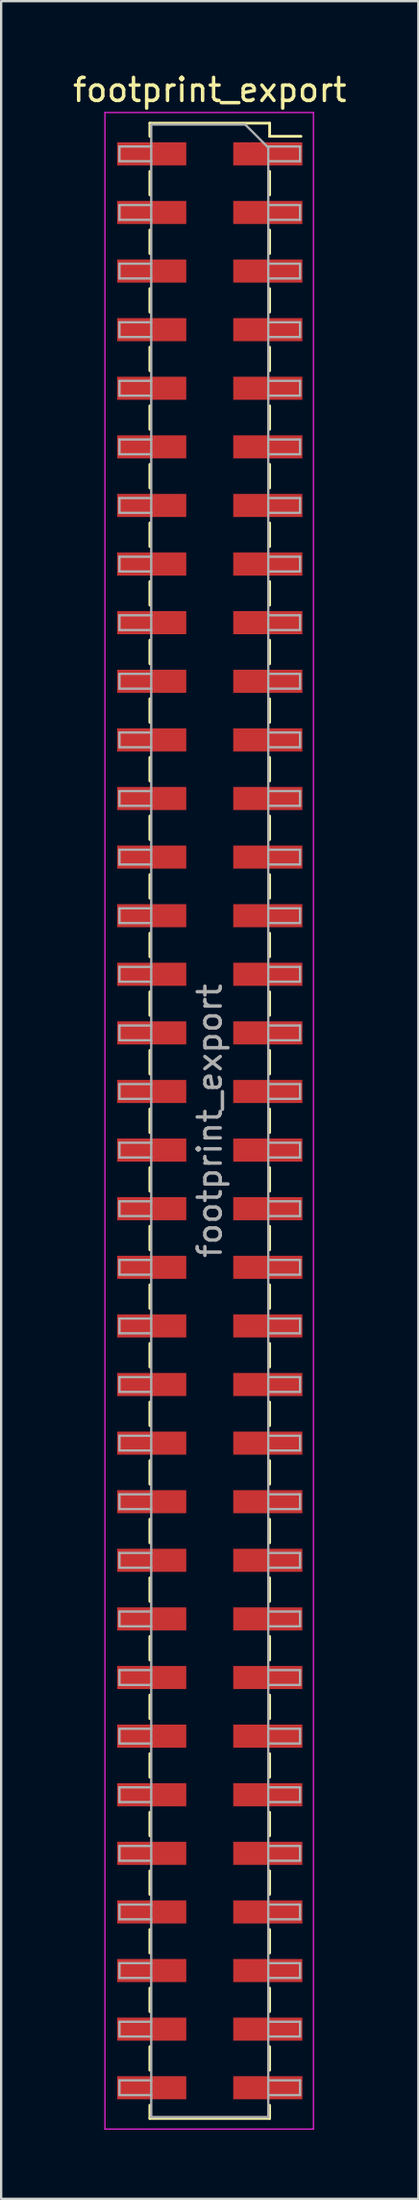
<source format=kicad_pcb>
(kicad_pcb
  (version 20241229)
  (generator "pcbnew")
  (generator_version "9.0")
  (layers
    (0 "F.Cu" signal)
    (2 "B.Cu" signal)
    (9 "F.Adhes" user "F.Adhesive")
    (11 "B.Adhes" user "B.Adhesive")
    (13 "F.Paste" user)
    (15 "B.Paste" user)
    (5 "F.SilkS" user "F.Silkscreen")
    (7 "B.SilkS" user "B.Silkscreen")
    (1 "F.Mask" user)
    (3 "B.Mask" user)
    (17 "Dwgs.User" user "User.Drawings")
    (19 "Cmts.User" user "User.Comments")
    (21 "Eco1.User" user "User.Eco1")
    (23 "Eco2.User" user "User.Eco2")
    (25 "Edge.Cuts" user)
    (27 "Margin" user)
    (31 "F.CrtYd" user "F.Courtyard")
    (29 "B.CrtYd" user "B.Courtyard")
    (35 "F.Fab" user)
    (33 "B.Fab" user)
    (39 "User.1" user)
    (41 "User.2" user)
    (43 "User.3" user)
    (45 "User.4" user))
  (footprint "footprint_export"
    (layer "F.Cu")
    (at 6.054 45.528)
    (property "Reference" "footprint_export" (at 0 -44.68 0) (layer "F.SilkS") (effects (font (size 1 1) (thickness 0.15))))
    (attr smd)
    (fp_line (start -2.6 -43.24) (end -2.6 -42.67) (stroke (width 0.12) (type solid)) (layer "F.SilkS"))
    (fp_line (start -2.6 -43.24) (end 2.6 -43.24) (stroke (width 0.12) (type solid)) (layer "F.SilkS"))
    (fp_line (start -2.6 -41.15) (end -2.6 -40.13) (stroke (width 0.12) (type solid)) (layer "F.SilkS"))
    (fp_line (start -2.6 -38.61) (end -2.6 -37.59) (stroke (width 0.12) (type solid)) (layer "F.SilkS"))
    (fp_line (start -2.6 -36.07) (end -2.6 -35.05) (stroke (width 0.12) (type solid)) (layer "F.SilkS"))
    (fp_line (start -2.6 -33.53) (end -2.6 -32.51) (stroke (width 0.12) (type solid)) (layer "F.SilkS"))
    (fp_line (start -2.6 -30.99) (end -2.6 -29.97) (stroke (width 0.12) (type solid)) (layer "F.SilkS"))
    (fp_line (start -2.6 -28.45) (end -2.6 -27.43) (stroke (width 0.12) (type solid)) (layer "F.SilkS"))
    (fp_line (start -2.6 -25.91) (end -2.6 -24.89) (stroke (width 0.12) (type solid)) (layer "F.SilkS"))
    (fp_line (start -2.6 -23.37) (end -2.6 -22.35) (stroke (width 0.12) (type solid)) (layer "F.SilkS"))
    (fp_line (start -2.6 -20.83) (end -2.6 -19.81) (stroke (width 0.12) (type solid)) (layer "F.SilkS"))
    (fp_line (start -2.6 -18.29) (end -2.6 -17.27) (stroke (width 0.12) (type solid)) (layer "F.SilkS"))
    (fp_line (start -2.6 -15.75) (end -2.6 -14.73) (stroke (width 0.12) (type solid)) (layer "F.SilkS"))
    (fp_line (start -2.6 -13.21) (end -2.6 -12.19) (stroke (width 0.12) (type solid)) (layer "F.SilkS"))
    (fp_line (start -2.6 -10.67) (end -2.6 -9.65) (stroke (width 0.12) (type solid)) (layer "F.SilkS"))
    (fp_line (start -2.6 -8.13) (end -2.6 -7.11) (stroke (width 0.12) (type solid)) (layer "F.SilkS"))
    (fp_line (start -2.6 -5.59) (end -2.6 -4.57) (stroke (width 0.12) (type solid)) (layer "F.SilkS"))
    (fp_line (start -2.6 -3.05) (end -2.6 -2.03) (stroke (width 0.12) (type solid)) (layer "F.SilkS"))
    (fp_line (start -2.6 -0.51) (end -2.6 0.51) (stroke (width 0.12) (type solid)) (layer "F.SilkS"))
    (fp_line (start -2.6 2.03) (end -2.6 3.05) (stroke (width 0.12) (type solid)) (layer "F.SilkS"))
    (fp_line (start -2.6 4.57) (end -2.6 5.59) (stroke (width 0.12) (type solid)) (layer "F.SilkS"))
    (fp_line (start -2.6 7.11) (end -2.6 8.13) (stroke (width 0.12) (type solid)) (layer "F.SilkS"))
    (fp_line (start -2.6 9.65) (end -2.6 10.67) (stroke (width 0.12) (type solid)) (layer "F.SilkS"))
    (fp_line (start -2.6 12.19) (end -2.6 13.21) (stroke (width 0.12) (type solid)) (layer "F.SilkS"))
    (fp_line (start -2.6 14.73) (end -2.6 15.75) (stroke (width 0.12) (type solid)) (layer "F.SilkS"))
    (fp_line (start -2.6 17.27) (end -2.6 18.29) (stroke (width 0.12) (type solid)) (layer "F.SilkS"))
    (fp_line (start -2.6 19.81) (end -2.6 20.83) (stroke (width 0.12) (type solid)) (layer "F.SilkS"))
    (fp_line (start -2.6 22.35) (end -2.6 23.37) (stroke (width 0.12) (type solid)) (layer "F.SilkS"))
    (fp_line (start -2.6 24.89) (end -2.6 25.91) (stroke (width 0.12) (type solid)) (layer "F.SilkS"))
    (fp_line (start -2.6 27.43) (end -2.6 28.45) (stroke (width 0.12) (type solid)) (layer "F.SilkS"))
    (fp_line (start -2.6 29.97) (end -2.6 30.99) (stroke (width 0.12) (type solid)) (layer "F.SilkS"))
    (fp_line (start -2.6 32.51) (end -2.6 33.53) (stroke (width 0.12) (type solid)) (layer "F.SilkS"))
    (fp_line (start -2.6 35.05) (end -2.6 36.07) (stroke (width 0.12) (type solid)) (layer "F.SilkS"))
    (fp_line (start -2.6 37.59) (end -2.6 38.61) (stroke (width 0.12) (type solid)) (layer "F.SilkS"))
    (fp_line (start -2.6 40.13) (end -2.6 41.15) (stroke (width 0.12) (type solid)) (layer "F.SilkS"))
    (fp_line (start -2.6 42.67) (end -2.6 43.24) (stroke (width 0.12) (type solid)) (layer "F.SilkS"))
    (fp_line (start -2.6 43.24) (end 2.6 43.24) (stroke (width 0.12) (type solid)) (layer "F.SilkS"))
    (fp_line (start 2.6 -43.24) (end 2.6 -42.67) (stroke (width 0.12) (type solid)) (layer "F.SilkS"))
    (fp_line (start 2.6 -42.67) (end 3.96 -42.67) (stroke (width 0.12) (type solid)) (layer "F.SilkS"))
    (fp_line (start 2.6 -41.15) (end 2.6 -40.13) (stroke (width 0.12) (type solid)) (layer "F.SilkS"))
    (fp_line (start 2.6 -38.61) (end 2.6 -37.59) (stroke (width 0.12) (type solid)) (layer "F.SilkS"))
    (fp_line (start 2.6 -36.07) (end 2.6 -35.05) (stroke (width 0.12) (type solid)) (layer "F.SilkS"))
    (fp_line (start 2.6 -33.53) (end 2.6 -32.51) (stroke (width 0.12) (type solid)) (layer "F.SilkS"))
    (fp_line (start 2.6 -30.99) (end 2.6 -29.97) (stroke (width 0.12) (type solid)) (layer "F.SilkS"))
    (fp_line (start 2.6 -28.45) (end 2.6 -27.43) (stroke (width 0.12) (type solid)) (layer "F.SilkS"))
    (fp_line (start 2.6 -25.91) (end 2.6 -24.89) (stroke (width 0.12) (type solid)) (layer "F.SilkS"))
    (fp_line (start 2.6 -23.37) (end 2.6 -22.35) (stroke (width 0.12) (type solid)) (layer "F.SilkS"))
    (fp_line (start 2.6 -20.83) (end 2.6 -19.81) (stroke (width 0.12) (type solid)) (layer "F.SilkS"))
    (fp_line (start 2.6 -18.29) (end 2.6 -17.27) (stroke (width 0.12) (type solid)) (layer "F.SilkS"))
    (fp_line (start 2.6 -15.75) (end 2.6 -14.73) (stroke (width 0.12) (type solid)) (layer "F.SilkS"))
    (fp_line (start 2.6 -13.21) (end 2.6 -12.19) (stroke (width 0.12) (type solid)) (layer "F.SilkS"))
    (fp_line (start 2.6 -10.67) (end 2.6 -9.65) (stroke (width 0.12) (type solid)) (layer "F.SilkS"))
    (fp_line (start 2.6 -8.13) (end 2.6 -7.11) (stroke (width 0.12) (type solid)) (layer "F.SilkS"))
    (fp_line (start 2.6 -5.59) (end 2.6 -4.57) (stroke (width 0.12) (type solid)) (layer "F.SilkS"))
    (fp_line (start 2.6 -3.05) (end 2.6 -2.03) (stroke (width 0.12) (type solid)) (layer "F.SilkS"))
    (fp_line (start 2.6 -0.51) (end 2.6 0.51) (stroke (width 0.12) (type solid)) (layer "F.SilkS"))
    (fp_line (start 2.6 2.03) (end 2.6 3.05) (stroke (width 0.12) (type solid)) (layer "F.SilkS"))
    (fp_line (start 2.6 4.57) (end 2.6 5.59) (stroke (width 0.12) (type solid)) (layer "F.SilkS"))
    (fp_line (start 2.6 7.11) (end 2.6 8.13) (stroke (width 0.12) (type solid)) (layer "F.SilkS"))
    (fp_line (start 2.6 9.65) (end 2.6 10.67) (stroke (width 0.12) (type solid)) (layer "F.SilkS"))
    (fp_line (start 2.6 12.19) (end 2.6 13.21) (stroke (width 0.12) (type solid)) (layer "F.SilkS"))
    (fp_line (start 2.6 14.73) (end 2.6 15.75) (stroke (width 0.12) (type solid)) (layer "F.SilkS"))
    (fp_line (start 2.6 17.27) (end 2.6 18.29) (stroke (width 0.12) (type solid)) (layer "F.SilkS"))
    (fp_line (start 2.6 19.81) (end 2.6 20.83) (stroke (width 0.12) (type solid)) (layer "F.SilkS"))
    (fp_line (start 2.6 22.35) (end 2.6 23.37) (stroke (width 0.12) (type solid)) (layer "F.SilkS"))
    (fp_line (start 2.6 24.89) (end 2.6 25.91) (stroke (width 0.12) (type solid)) (layer "F.SilkS"))
    (fp_line (start 2.6 27.43) (end 2.6 28.45) (stroke (width 0.12) (type solid)) (layer "F.SilkS"))
    (fp_line (start 2.6 29.97) (end 2.6 30.99) (stroke (width 0.12) (type solid)) (layer "F.SilkS"))
    (fp_line (start 2.6 32.51) (end 2.6 33.53) (stroke (width 0.12) (type solid)) (layer "F.SilkS"))
    (fp_line (start 2.6 35.05) (end 2.6 36.07) (stroke (width 0.12) (type solid)) (layer "F.SilkS"))
    (fp_line (start 2.6 37.59) (end 2.6 38.61) (stroke (width 0.12) (type solid)) (layer "F.SilkS"))
    (fp_line (start 2.6 40.13) (end 2.6 41.15) (stroke (width 0.12) (type solid)) (layer "F.SilkS"))
    (fp_line (start 2.6 42.67) (end 2.6 43.24) (stroke (width 0.12) (type solid)) (layer "F.SilkS"))
    (fp_line (start -4.55 -43.7) (end 4.5 -43.7) (stroke (width 0.05) (type solid)) (layer "F.CrtYd"))
    (fp_line (start -4.55 43.7) (end -4.55 -43.7) (stroke (width 0.05) (type solid)) (layer "F.CrtYd"))
    (fp_line (start 4.5 -43.7) (end 4.5 43.7) (stroke (width 0.05) (type solid)) (layer "F.CrtYd"))
    (fp_line (start 4.5 43.7) (end -4.55 43.7) (stroke (width 0.05) (type solid)) (layer "F.CrtYd"))
    (fp_line (start -3.92 -42.23) (end -2.54 -42.23) (stroke (width 0.1) (type solid)) (layer "F.Fab"))
    (fp_line (start -3.92 -41.59) (end -3.92 -42.23) (stroke (width 0.1) (type solid)) (layer "F.Fab"))
    (fp_line (start -3.92 -39.69) (end -2.54 -39.69) (stroke (width 0.1) (type solid)) (layer "F.Fab"))
    (fp_line (start -3.92 -39.05) (end -3.92 -39.69) (stroke (width 0.1) (type solid)) (layer "F.Fab"))
    (fp_line (start -3.92 -37.15) (end -2.54 -37.15) (stroke (width 0.1) (type solid)) (layer "F.Fab"))
    (fp_line (start -3.92 -36.51) (end -3.92 -37.15) (stroke (width 0.1) (type solid)) (layer "F.Fab"))
    (fp_line (start -3.92 -34.61) (end -2.54 -34.61) (stroke (width 0.1) (type solid)) (layer "F.Fab"))
    (fp_line (start -3.92 -33.97) (end -3.92 -34.61) (stroke (width 0.1) (type solid)) (layer "F.Fab"))
    (fp_line (start -3.92 -32.07) (end -2.54 -32.07) (stroke (width 0.1) (type solid)) (layer "F.Fab"))
    (fp_line (start -3.92 -31.43) (end -3.92 -32.07) (stroke (width 0.1) (type solid)) (layer "F.Fab"))
    (fp_line (start -3.92 -29.53) (end -2.54 -29.53) (stroke (width 0.1) (type solid)) (layer "F.Fab"))
    (fp_line (start -3.92 -28.89) (end -3.92 -29.53) (stroke (width 0.1) (type solid)) (layer "F.Fab"))
    (fp_line (start -3.92 -26.99) (end -2.54 -26.99) (stroke (width 0.1) (type solid)) (layer "F.Fab"))
    (fp_line (start -3.92 -26.35) (end -3.92 -26.99) (stroke (width 0.1) (type solid)) (layer "F.Fab"))
    (fp_line (start -3.92 -24.45) (end -2.54 -24.45) (stroke (width 0.1) (type solid)) (layer "F.Fab"))
    (fp_line (start -3.92 -23.81) (end -3.92 -24.45) (stroke (width 0.1) (type solid)) (layer "F.Fab"))
    (fp_line (start -3.92 -21.91) (end -2.54 -21.91) (stroke (width 0.1) (type solid)) (layer "F.Fab"))
    (fp_line (start -3.92 -21.27) (end -3.92 -21.91) (stroke (width 0.1) (type solid)) (layer "F.Fab"))
    (fp_line (start -3.92 -19.37) (end -2.54 -19.37) (stroke (width 0.1) (type solid)) (layer "F.Fab"))
    (fp_line (start -3.92 -18.73) (end -3.92 -19.37) (stroke (width 0.1) (type solid)) (layer "F.Fab"))
    (fp_line (start -3.92 -16.83) (end -2.54 -16.83) (stroke (width 0.1) (type solid)) (layer "F.Fab"))
    (fp_line (start -3.92 -16.19) (end -3.92 -16.83) (stroke (width 0.1) (type solid)) (layer "F.Fab"))
    (fp_line (start -3.92 -14.29) (end -2.54 -14.29) (stroke (width 0.1) (type solid)) (layer "F.Fab"))
    (fp_line (start -3.92 -13.65) (end -3.92 -14.29) (stroke (width 0.1) (type solid)) (layer "F.Fab"))
    (fp_line (start -3.92 -11.75) (end -2.54 -11.75) (stroke (width 0.1) (type solid)) (layer "F.Fab"))
    (fp_line (start -3.92 -11.11) (end -3.92 -11.75) (stroke (width 0.1) (type solid)) (layer "F.Fab"))
    (fp_line (start -3.92 -9.21) (end -2.54 -9.21) (stroke (width 0.1) (type solid)) (layer "F.Fab"))
    (fp_line (start -3.92 -8.57) (end -3.92 -9.21) (stroke (width 0.1) (type solid)) (layer "F.Fab"))
    (fp_line (start -3.92 -6.67) (end -2.54 -6.67) (stroke (width 0.1) (type solid)) (layer "F.Fab"))
    (fp_line (start -3.92 -6.03) (end -3.92 -6.67) (stroke (width 0.1) (type solid)) (layer "F.Fab"))
    (fp_line (start -3.92 -4.13) (end -2.54 -4.13) (stroke (width 0.1) (type solid)) (layer "F.Fab"))
    (fp_line (start -3.92 -3.49) (end -3.92 -4.13) (stroke (width 0.1) (type solid)) (layer "F.Fab"))
    (fp_line (start -3.92 -1.59) (end -2.54 -1.59) (stroke (width 0.1) (type solid)) (layer "F.Fab"))
    (fp_line (start -3.92 -0.95) (end -3.92 -1.59) (stroke (width 0.1) (type solid)) (layer "F.Fab"))
    (fp_line (start -3.92 0.95) (end -2.54 0.95) (stroke (width 0.1) (type solid)) (layer "F.Fab"))
    (fp_line (start -3.92 1.59) (end -3.92 0.95) (stroke (width 0.1) (type solid)) (layer "F.Fab"))
    (fp_line (start -3.92 3.49) (end -2.54 3.49) (stroke (width 0.1) (type solid)) (layer "F.Fab"))
    (fp_line (start -3.92 4.13) (end -3.92 3.49) (stroke (width 0.1) (type solid)) (layer "F.Fab"))
    (fp_line (start -3.92 6.03) (end -2.54 6.03) (stroke (width 0.1) (type solid)) (layer "F.Fab"))
    (fp_line (start -3.92 6.67) (end -3.92 6.03) (stroke (width 0.1) (type solid)) (layer "F.Fab"))
    (fp_line (start -3.92 8.57) (end -2.54 8.57) (stroke (width 0.1) (type solid)) (layer "F.Fab"))
    (fp_line (start -3.92 9.21) (end -3.92 8.57) (stroke (width 0.1) (type solid)) (layer "F.Fab"))
    (fp_line (start -3.92 11.11) (end -2.54 11.11) (stroke (width 0.1) (type solid)) (layer "F.Fab"))
    (fp_line (start -3.92 11.75) (end -3.92 11.11) (stroke (width 0.1) (type solid)) (layer "F.Fab"))
    (fp_line (start -3.92 13.65) (end -2.54 13.65) (stroke (width 0.1) (type solid)) (layer "F.Fab"))
    (fp_line (start -3.92 14.29) (end -3.92 13.65) (stroke (width 0.1) (type solid)) (layer "F.Fab"))
    (fp_line (start -3.92 16.19) (end -2.54 16.19) (stroke (width 0.1) (type solid)) (layer "F.Fab"))
    (fp_line (start -3.92 16.83) (end -3.92 16.19) (stroke (width 0.1) (type solid)) (layer "F.Fab"))
    (fp_line (start -3.92 18.73) (end -2.54 18.73) (stroke (width 0.1) (type solid)) (layer "F.Fab"))
    (fp_line (start -3.92 19.37) (end -3.92 18.73) (stroke (width 0.1) (type solid)) (layer "F.Fab"))
    (fp_line (start -3.92 21.27) (end -2.54 21.27) (stroke (width 0.1) (type solid)) (layer "F.Fab"))
    (fp_line (start -3.92 21.91) (end -3.92 21.27) (stroke (width 0.1) (type solid)) (layer "F.Fab"))
    (fp_line (start -3.92 23.81) (end -2.54 23.81) (stroke (width 0.1) (type solid)) (layer "F.Fab"))
    (fp_line (start -3.92 24.45) (end -3.92 23.81) (stroke (width 0.1) (type solid)) (layer "F.Fab"))
    (fp_line (start -3.92 26.35) (end -2.54 26.35) (stroke (width 0.1) (type solid)) (layer "F.Fab"))
    (fp_line (start -3.92 26.99) (end -3.92 26.35) (stroke (width 0.1) (type solid)) (layer "F.Fab"))
    (fp_line (start -3.92 28.89) (end -2.54 28.89) (stroke (width 0.1) (type solid)) (layer "F.Fab"))
    (fp_line (start -3.92 29.53) (end -3.92 28.89) (stroke (width 0.1) (type solid)) (layer "F.Fab"))
    (fp_line (start -3.92 31.43) (end -2.54 31.43) (stroke (width 0.1) (type solid)) (layer "F.Fab"))
    (fp_line (start -3.92 32.07) (end -3.92 31.43) (stroke (width 0.1) (type solid)) (layer "F.Fab"))
    (fp_line (start -3.92 33.97) (end -2.54 33.97) (stroke (width 0.1) (type solid)) (layer "F.Fab"))
    (fp_line (start -3.92 34.61) (end -3.92 33.97) (stroke (width 0.1) (type solid)) (layer "F.Fab"))
    (fp_line (start -3.92 36.51) (end -2.54 36.51) (stroke (width 0.1) (type solid)) (layer "F.Fab"))
    (fp_line (start -3.92 37.15) (end -3.92 36.51) (stroke (width 0.1) (type solid)) (layer "F.Fab"))
    (fp_line (start -3.92 39.05) (end -2.54 39.05) (stroke (width 0.1) (type solid)) (layer "F.Fab"))
    (fp_line (start -3.92 39.69) (end -3.92 39.05) (stroke (width 0.1) (type solid)) (layer "F.Fab"))
    (fp_line (start -3.92 41.59) (end -2.54 41.59) (stroke (width 0.1) (type solid)) (layer "F.Fab"))
    (fp_line (start -3.92 42.23) (end -3.92 41.59) (stroke (width 0.1) (type solid)) (layer "F.Fab"))
    (fp_line (start -2.54 -43.18) (end 1.54 -43.18) (stroke (width 0.1) (type solid)) (layer "F.Fab"))
    (fp_line (start -2.54 -41.59) (end -3.92 -41.59) (stroke (width 0.1) (type solid)) (layer "F.Fab"))
    (fp_line (start -2.54 -39.05) (end -3.92 -39.05) (stroke (width 0.1) (type solid)) (layer "F.Fab"))
    (fp_line (start -2.54 -36.51) (end -3.92 -36.51) (stroke (width 0.1) (type solid)) (layer "F.Fab"))
    (fp_line (start -2.54 -33.97) (end -3.92 -33.97) (stroke (width 0.1) (type solid)) (layer "F.Fab"))
    (fp_line (start -2.54 -31.43) (end -3.92 -31.43) (stroke (width 0.1) (type solid)) (layer "F.Fab"))
    (fp_line (start -2.54 -28.89) (end -3.92 -28.89) (stroke (width 0.1) (type solid)) (layer "F.Fab"))
    (fp_line (start -2.54 -26.35) (end -3.92 -26.35) (stroke (width 0.1) (type solid)) (layer "F.Fab"))
    (fp_line (start -2.54 -23.81) (end -3.92 -23.81) (stroke (width 0.1) (type solid)) (layer "F.Fab"))
    (fp_line (start -2.54 -21.27) (end -3.92 -21.27) (stroke (width 0.1) (type solid)) (layer "F.Fab"))
    (fp_line (start -2.54 -18.73) (end -3.92 -18.73) (stroke (width 0.1) (type solid)) (layer "F.Fab"))
    (fp_line (start -2.54 -16.19) (end -3.92 -16.19) (stroke (width 0.1) (type solid)) (layer "F.Fab"))
    (fp_line (start -2.54 -13.65) (end -3.92 -13.65) (stroke (width 0.1) (type solid)) (layer "F.Fab"))
    (fp_line (start -2.54 -11.11) (end -3.92 -11.11) (stroke (width 0.1) (type solid)) (layer "F.Fab"))
    (fp_line (start -2.54 -8.57) (end -3.92 -8.57) (stroke (width 0.1) (type solid)) (layer "F.Fab"))
    (fp_line (start -2.54 -6.03) (end -3.92 -6.03) (stroke (width 0.1) (type solid)) (layer "F.Fab"))
    (fp_line (start -2.54 -3.49) (end -3.92 -3.49) (stroke (width 0.1) (type solid)) (layer "F.Fab"))
    (fp_line (start -2.54 -0.95) (end -3.92 -0.95) (stroke (width 0.1) (type solid)) (layer "F.Fab"))
    (fp_line (start -2.54 1.59) (end -3.92 1.59) (stroke (width 0.1) (type solid)) (layer "F.Fab"))
    (fp_line (start -2.54 4.13) (end -3.92 4.13) (stroke (width 0.1) (type solid)) (layer "F.Fab"))
    (fp_line (start -2.54 6.67) (end -3.92 6.67) (stroke (width 0.1) (type solid)) (layer "F.Fab"))
    (fp_line (start -2.54 9.21) (end -3.92 9.21) (stroke (width 0.1) (type solid)) (layer "F.Fab"))
    (fp_line (start -2.54 11.75) (end -3.92 11.75) (stroke (width 0.1) (type solid)) (layer "F.Fab"))
    (fp_line (start -2.54 14.29) (end -3.92 14.29) (stroke (width 0.1) (type solid)) (layer "F.Fab"))
    (fp_line (start -2.54 16.83) (end -3.92 16.83) (stroke (width 0.1) (type solid)) (layer "F.Fab"))
    (fp_line (start -2.54 19.37) (end -3.92 19.37) (stroke (width 0.1) (type solid)) (layer "F.Fab"))
    (fp_line (start -2.54 21.91) (end -3.92 21.91) (stroke (width 0.1) (type solid)) (layer "F.Fab"))
    (fp_line (start -2.54 24.45) (end -3.92 24.45) (stroke (width 0.1) (type solid)) (layer "F.Fab"))
    (fp_line (start -2.54 26.99) (end -3.92 26.99) (stroke (width 0.1) (type solid)) (layer "F.Fab"))
    (fp_line (start -2.54 29.53) (end -3.92 29.53) (stroke (width 0.1) (type solid)) (layer "F.Fab"))
    (fp_line (start -2.54 32.07) (end -3.92 32.07) (stroke (width 0.1) (type solid)) (layer "F.Fab"))
    (fp_line (start -2.54 34.61) (end -3.92 34.61) (stroke (width 0.1) (type solid)) (layer "F.Fab"))
    (fp_line (start -2.54 37.15) (end -3.92 37.15) (stroke (width 0.1) (type solid)) (layer "F.Fab"))
    (fp_line (start -2.54 39.69) (end -3.92 39.69) (stroke (width 0.1) (type solid)) (layer "F.Fab"))
    (fp_line (start -2.54 42.23) (end -3.92 42.23) (stroke (width 0.1) (type solid)) (layer "F.Fab"))
    (fp_line (start -2.54 43.18) (end -2.54 -43.18) (stroke (width 0.1) (type solid)) (layer "F.Fab"))
    (fp_line (start 1.54 -43.18) (end 2.54 -42.18) (stroke (width 0.1) (type solid)) (layer "F.Fab"))
    (fp_line (start 2.54 -42.23) (end 3.92 -42.23) (stroke (width 0.1) (type solid)) (layer "F.Fab"))
    (fp_line (start 2.54 -42.18) (end 2.54 43.18) (stroke (width 0.1) (type solid)) (layer "F.Fab"))
    (fp_line (start 2.54 -39.69) (end 3.92 -39.69) (stroke (width 0.1) (type solid)) (layer "F.Fab"))
    (fp_line (start 2.54 -37.15) (end 3.92 -37.15) (stroke (width 0.1) (type solid)) (layer "F.Fab"))
    (fp_line (start 2.54 -34.61) (end 3.92 -34.61) (stroke (width 0.1) (type solid)) (layer "F.Fab"))
    (fp_line (start 2.54 -32.07) (end 3.92 -32.07) (stroke (width 0.1) (type solid)) (layer "F.Fab"))
    (fp_line (start 2.54 -29.53) (end 3.92 -29.53) (stroke (width 0.1) (type solid)) (layer "F.Fab"))
    (fp_line (start 2.54 -26.99) (end 3.92 -26.99) (stroke (width 0.1) (type solid)) (layer "F.Fab"))
    (fp_line (start 2.54 -24.45) (end 3.92 -24.45) (stroke (width 0.1) (type solid)) (layer "F.Fab"))
    (fp_line (start 2.54 -21.91) (end 3.92 -21.91) (stroke (width 0.1) (type solid)) (layer "F.Fab"))
    (fp_line (start 2.54 -19.37) (end 3.92 -19.37) (stroke (width 0.1) (type solid)) (layer "F.Fab"))
    (fp_line (start 2.54 -16.83) (end 3.92 -16.83) (stroke (width 0.1) (type solid)) (layer "F.Fab"))
    (fp_line (start 2.54 -14.29) (end 3.92 -14.29) (stroke (width 0.1) (type solid)) (layer "F.Fab"))
    (fp_line (start 2.54 -11.75) (end 3.92 -11.75) (stroke (width 0.1) (type solid)) (layer "F.Fab"))
    (fp_line (start 2.54 -9.21) (end 3.92 -9.21) (stroke (width 0.1) (type solid)) (layer "F.Fab"))
    (fp_line (start 2.54 -6.67) (end 3.92 -6.67) (stroke (width 0.1) (type solid)) (layer "F.Fab"))
    (fp_line (start 2.54 -4.13) (end 3.92 -4.13) (stroke (width 0.1) (type solid)) (layer "F.Fab"))
    (fp_line (start 2.54 -1.59) (end 3.92 -1.59) (stroke (width 0.1) (type solid)) (layer "F.Fab"))
    (fp_line (start 2.54 0.95) (end 3.92 0.95) (stroke (width 0.1) (type solid)) (layer "F.Fab"))
    (fp_line (start 2.54 3.49) (end 3.92 3.49) (stroke (width 0.1) (type solid)) (layer "F.Fab"))
    (fp_line (start 2.54 6.03) (end 3.92 6.03) (stroke (width 0.1) (type solid)) (layer "F.Fab"))
    (fp_line (start 2.54 8.57) (end 3.92 8.57) (stroke (width 0.1) (type solid)) (layer "F.Fab"))
    (fp_line (start 2.54 11.11) (end 3.92 11.11) (stroke (width 0.1) (type solid)) (layer "F.Fab"))
    (fp_line (start 2.54 13.65) (end 3.92 13.65) (stroke (width 0.1) (type solid)) (layer "F.Fab"))
    (fp_line (start 2.54 16.19) (end 3.92 16.19) (stroke (width 0.1) (type solid)) (layer "F.Fab"))
    (fp_line (start 2.54 18.73) (end 3.92 18.73) (stroke (width 0.1) (type solid)) (layer "F.Fab"))
    (fp_line (start 2.54 21.27) (end 3.92 21.27) (stroke (width 0.1) (type solid)) (layer "F.Fab"))
    (fp_line (start 2.54 23.81) (end 3.92 23.81) (stroke (width 0.1) (type solid)) (layer "F.Fab"))
    (fp_line (start 2.54 26.35) (end 3.92 26.35) (stroke (width 0.1) (type solid)) (layer "F.Fab"))
    (fp_line (start 2.54 28.89) (end 3.92 28.89) (stroke (width 0.1) (type solid)) (layer "F.Fab"))
    (fp_line (start 2.54 31.43) (end 3.92 31.43) (stroke (width 0.1) (type solid)) (layer "F.Fab"))
    (fp_line (start 2.54 33.97) (end 3.92 33.97) (stroke (width 0.1) (type solid)) (layer "F.Fab"))
    (fp_line (start 2.54 36.51) (end 3.92 36.51) (stroke (width 0.1) (type solid)) (layer "F.Fab"))
    (fp_line (start 2.54 39.05) (end 3.92 39.05) (stroke (width 0.1) (type solid)) (layer "F.Fab"))
    (fp_line (start 2.54 41.59) (end 3.92 41.59) (stroke (width 0.1) (type solid)) (layer "F.Fab"))
    (fp_line (start 2.54 43.18) (end -2.54 43.18) (stroke (width 0.1) (type solid)) (layer "F.Fab"))
    (fp_line (start 3.92 -42.23) (end 3.92 -41.59) (stroke (width 0.1) (type solid)) (layer "F.Fab"))
    (fp_line (start 3.92 -41.59) (end 2.54 -41.59) (stroke (width 0.1) (type solid)) (layer "F.Fab"))
    (fp_line (start 3.92 -39.69) (end 3.92 -39.05) (stroke (width 0.1) (type solid)) (layer "F.Fab"))
    (fp_line (start 3.92 -39.05) (end 2.54 -39.05) (stroke (width 0.1) (type solid)) (layer "F.Fab"))
    (fp_line (start 3.92 -37.15) (end 3.92 -36.51) (stroke (width 0.1) (type solid)) (layer "F.Fab"))
    (fp_line (start 3.92 -36.51) (end 2.54 -36.51) (stroke (width 0.1) (type solid)) (layer "F.Fab"))
    (fp_line (start 3.92 -34.61) (end 3.92 -33.97) (stroke (width 0.1) (type solid)) (layer "F.Fab"))
    (fp_line (start 3.92 -33.97) (end 2.54 -33.97) (stroke (width 0.1) (type solid)) (layer "F.Fab"))
    (fp_line (start 3.92 -32.07) (end 3.92 -31.43) (stroke (width 0.1) (type solid)) (layer "F.Fab"))
    (fp_line (start 3.92 -31.43) (end 2.54 -31.43) (stroke (width 0.1) (type solid)) (layer "F.Fab"))
    (fp_line (start 3.92 -29.53) (end 3.92 -28.89) (stroke (width 0.1) (type solid)) (layer "F.Fab"))
    (fp_line (start 3.92 -28.89) (end 2.54 -28.89) (stroke (width 0.1) (type solid)) (layer "F.Fab"))
    (fp_line (start 3.92 -26.99) (end 3.92 -26.35) (stroke (width 0.1) (type solid)) (layer "F.Fab"))
    (fp_line (start 3.92 -26.35) (end 2.54 -26.35) (stroke (width 0.1) (type solid)) (layer "F.Fab"))
    (fp_line (start 3.92 -24.45) (end 3.92 -23.81) (stroke (width 0.1) (type solid)) (layer "F.Fab"))
    (fp_line (start 3.92 -23.81) (end 2.54 -23.81) (stroke (width 0.1) (type solid)) (layer "F.Fab"))
    (fp_line (start 3.92 -21.91) (end 3.92 -21.27) (stroke (width 0.1) (type solid)) (layer "F.Fab"))
    (fp_line (start 3.92 -21.27) (end 2.54 -21.27) (stroke (width 0.1) (type solid)) (layer "F.Fab"))
    (fp_line (start 3.92 -19.37) (end 3.92 -18.73) (stroke (width 0.1) (type solid)) (layer "F.Fab"))
    (fp_line (start 3.92 -18.73) (end 2.54 -18.73) (stroke (width 0.1) (type solid)) (layer "F.Fab"))
    (fp_line (start 3.92 -16.83) (end 3.92 -16.19) (stroke (width 0.1) (type solid)) (layer "F.Fab"))
    (fp_line (start 3.92 -16.19) (end 2.54 -16.19) (stroke (width 0.1) (type solid)) (layer "F.Fab"))
    (fp_line (start 3.92 -14.29) (end 3.92 -13.65) (stroke (width 0.1) (type solid)) (layer "F.Fab"))
    (fp_line (start 3.92 -13.65) (end 2.54 -13.65) (stroke (width 0.1) (type solid)) (layer "F.Fab"))
    (fp_line (start 3.92 -11.75) (end 3.92 -11.11) (stroke (width 0.1) (type solid)) (layer "F.Fab"))
    (fp_line (start 3.92 -11.11) (end 2.54 -11.11) (stroke (width 0.1) (type solid)) (layer "F.Fab"))
    (fp_line (start 3.92 -9.21) (end 3.92 -8.57) (stroke (width 0.1) (type solid)) (layer "F.Fab"))
    (fp_line (start 3.92 -8.57) (end 2.54 -8.57) (stroke (width 0.1) (type solid)) (layer "F.Fab"))
    (fp_line (start 3.92 -6.67) (end 3.92 -6.03) (stroke (width 0.1) (type solid)) (layer "F.Fab"))
    (fp_line (start 3.92 -6.03) (end 2.54 -6.03) (stroke (width 0.1) (type solid)) (layer "F.Fab"))
    (fp_line (start 3.92 -4.13) (end 3.92 -3.49) (stroke (width 0.1) (type solid)) (layer "F.Fab"))
    (fp_line (start 3.92 -3.49) (end 2.54 -3.49) (stroke (width 0.1) (type solid)) (layer "F.Fab"))
    (fp_line (start 3.92 -1.59) (end 3.92 -0.95) (stroke (width 0.1) (type solid)) (layer "F.Fab"))
    (fp_line (start 3.92 -0.95) (end 2.54 -0.95) (stroke (width 0.1) (type solid)) (layer "F.Fab"))
    (fp_line (start 3.92 0.95) (end 3.92 1.59) (stroke (width 0.1) (type solid)) (layer "F.Fab"))
    (fp_line (start 3.92 1.59) (end 2.54 1.59) (stroke (width 0.1) (type solid)) (layer "F.Fab"))
    (fp_line (start 3.92 3.49) (end 3.92 4.13) (stroke (width 0.1) (type solid)) (layer "F.Fab"))
    (fp_line (start 3.92 4.13) (end 2.54 4.13) (stroke (width 0.1) (type solid)) (layer "F.Fab"))
    (fp_line (start 3.92 6.03) (end 3.92 6.67) (stroke (width 0.1) (type solid)) (layer "F.Fab"))
    (fp_line (start 3.92 6.67) (end 2.54 6.67) (stroke (width 0.1) (type solid)) (layer "F.Fab"))
    (fp_line (start 3.92 8.57) (end 3.92 9.21) (stroke (width 0.1) (type solid)) (layer "F.Fab"))
    (fp_line (start 3.92 9.21) (end 2.54 9.21) (stroke (width 0.1) (type solid)) (layer "F.Fab"))
    (fp_line (start 3.92 11.11) (end 3.92 11.75) (stroke (width 0.1) (type solid)) (layer "F.Fab"))
    (fp_line (start 3.92 11.75) (end 2.54 11.75) (stroke (width 0.1) (type solid)) (layer "F.Fab"))
    (fp_line (start 3.92 13.65) (end 3.92 14.29) (stroke (width 0.1) (type solid)) (layer "F.Fab"))
    (fp_line (start 3.92 14.29) (end 2.54 14.29) (stroke (width 0.1) (type solid)) (layer "F.Fab"))
    (fp_line (start 3.92 16.19) (end 3.92 16.83) (stroke (width 0.1) (type solid)) (layer "F.Fab"))
    (fp_line (start 3.92 16.83) (end 2.54 16.83) (stroke (width 0.1) (type solid)) (layer "F.Fab"))
    (fp_line (start 3.92 18.73) (end 3.92 19.37) (stroke (width 0.1) (type solid)) (layer "F.Fab"))
    (fp_line (start 3.92 19.37) (end 2.54 19.37) (stroke (width 0.1) (type solid)) (layer "F.Fab"))
    (fp_line (start 3.92 21.27) (end 3.92 21.91) (stroke (width 0.1) (type solid)) (layer "F.Fab"))
    (fp_line (start 3.92 21.91) (end 2.54 21.91) (stroke (width 0.1) (type solid)) (layer "F.Fab"))
    (fp_line (start 3.92 23.81) (end 3.92 24.45) (stroke (width 0.1) (type solid)) (layer "F.Fab"))
    (fp_line (start 3.92 24.45) (end 2.54 24.45) (stroke (width 0.1) (type solid)) (layer "F.Fab"))
    (fp_line (start 3.92 26.35) (end 3.92 26.99) (stroke (width 0.1) (type solid)) (layer "F.Fab"))
    (fp_line (start 3.92 26.99) (end 2.54 26.99) (stroke (width 0.1) (type solid)) (layer "F.Fab"))
    (fp_line (start 3.92 28.89) (end 3.92 29.53) (stroke (width 0.1) (type solid)) (layer "F.Fab"))
    (fp_line (start 3.92 29.53) (end 2.54 29.53) (stroke (width 0.1) (type solid)) (layer "F.Fab"))
    (fp_line (start 3.92 31.43) (end 3.92 32.07) (stroke (width 0.1) (type solid)) (layer "F.Fab"))
    (fp_line (start 3.92 32.07) (end 2.54 32.07) (stroke (width 0.1) (type solid)) (layer "F.Fab"))
    (fp_line (start 3.92 33.97) (end 3.92 34.61) (stroke (width 0.1) (type solid)) (layer "F.Fab"))
    (fp_line (start 3.92 34.61) (end 2.54 34.61) (stroke (width 0.1) (type solid)) (layer "F.Fab"))
    (fp_line (start 3.92 36.51) (end 3.92 37.15) (stroke (width 0.1) (type solid)) (layer "F.Fab"))
    (fp_line (start 3.92 37.15) (end 2.54 37.15) (stroke (width 0.1) (type solid)) (layer "F.Fab"))
    (fp_line (start 3.92 39.05) (end 3.92 39.69) (stroke (width 0.1) (type solid)) (layer "F.Fab"))
    (fp_line (start 3.92 39.69) (end 2.54 39.69) (stroke (width 0.1) (type solid)) (layer "F.Fab"))
    (fp_line (start 3.92 41.59) (end 3.92 42.23) (stroke (width 0.1) (type solid)) (layer "F.Fab"))
    (fp_line (start 3.92 42.23) (end 2.54 42.23) (stroke (width 0.1) (type solid)) (layer "F.Fab"))
    (fp_text user "${REFERENCE}" (at 0 0 90) (layer "F.Fab") (effects (font (size 1 1) (thickness 0.15))))
    (pad "1" smd rect (at 2.52 -41.91) (size 3 1) (layers "F.Cu" "F.Mask" "F.Paste"))
    (pad "2" smd rect (at -2.52 -41.91) (size 3 1) (layers "F.Cu" "F.Mask" "F.Paste"))
    (pad "3" smd rect (at 2.52 -39.37) (size 3 1) (layers "F.Cu" "F.Mask" "F.Paste"))
    (pad "4" smd rect (at -2.52 -39.37) (size 3 1) (layers "F.Cu" "F.Mask" "F.Paste"))
    (pad "5" smd rect (at 2.52 -36.83) (size 3 1) (layers "F.Cu" "F.Mask" "F.Paste"))
    (pad "6" smd rect (at -2.52 -36.83) (size 3 1) (layers "F.Cu" "F.Mask" "F.Paste"))
    (pad "7" smd rect (at 2.52 -34.29) (size 3 1) (layers "F.Cu" "F.Mask" "F.Paste"))
    (pad "8" smd rect (at -2.52 -34.29) (size 3 1) (layers "F.Cu" "F.Mask" "F.Paste"))
    (pad "9" smd rect (at 2.52 -31.75) (size 3 1) (layers "F.Cu" "F.Mask" "F.Paste"))
    (pad "10" smd rect (at -2.52 -31.75) (size 3 1) (layers "F.Cu" "F.Mask" "F.Paste"))
    (pad "11" smd rect (at 2.52 -29.21) (size 3 1) (layers "F.Cu" "F.Mask" "F.Paste"))
    (pad "12" smd rect (at -2.52 -29.21) (size 3 1) (layers "F.Cu" "F.Mask" "F.Paste"))
    (pad "13" smd rect (at 2.52 -26.67) (size 3 1) (layers "F.Cu" "F.Mask" "F.Paste"))
    (pad "14" smd rect (at -2.52 -26.67) (size 3 1) (layers "F.Cu" "F.Mask" "F.Paste"))
    (pad "15" smd rect (at 2.52 -24.13) (size 3 1) (layers "F.Cu" "F.Mask" "F.Paste"))
    (pad "16" smd rect (at -2.52 -24.13) (size 3 1) (layers "F.Cu" "F.Mask" "F.Paste"))
    (pad "17" smd rect (at 2.52 -21.59) (size 3 1) (layers "F.Cu" "F.Mask" "F.Paste"))
    (pad "18" smd rect (at -2.52 -21.59) (size 3 1) (layers "F.Cu" "F.Mask" "F.Paste"))
    (pad "19" smd rect (at 2.52 -19.05) (size 3 1) (layers "F.Cu" "F.Mask" "F.Paste"))
    (pad "20" smd rect (at -2.52 -19.05) (size 3 1) (layers "F.Cu" "F.Mask" "F.Paste"))
    (pad "21" smd rect (at 2.52 -16.51) (size 3 1) (layers "F.Cu" "F.Mask" "F.Paste"))
    (pad "22" smd rect (at -2.52 -16.51) (size 3 1) (layers "F.Cu" "F.Mask" "F.Paste"))
    (pad "23" smd rect (at 2.52 -13.97) (size 3 1) (layers "F.Cu" "F.Mask" "F.Paste"))
    (pad "24" smd rect (at -2.52 -13.97) (size 3 1) (layers "F.Cu" "F.Mask" "F.Paste"))
    (pad "25" smd rect (at 2.52 -11.43) (size 3 1) (layers "F.Cu" "F.Mask" "F.Paste"))
    (pad "26" smd rect (at -2.52 -11.43) (size 3 1) (layers "F.Cu" "F.Mask" "F.Paste"))
    (pad "27" smd rect (at 2.52 -8.89) (size 3 1) (layers "F.Cu" "F.Mask" "F.Paste"))
    (pad "28" smd rect (at -2.52 -8.89) (size 3 1) (layers "F.Cu" "F.Mask" "F.Paste"))
    (pad "29" smd rect (at 2.52 -6.35) (size 3 1) (layers "F.Cu" "F.Mask" "F.Paste"))
    (pad "30" smd rect (at -2.52 -6.35) (size 3 1) (layers "F.Cu" "F.Mask" "F.Paste"))
    (pad "31" smd rect (at 2.52 -3.81) (size 3 1) (layers "F.Cu" "F.Mask" "F.Paste"))
    (pad "32" smd rect (at -2.52 -3.81) (size 3 1) (layers "F.Cu" "F.Mask" "F.Paste"))
    (pad "33" smd rect (at 2.52 -1.27) (size 3 1) (layers "F.Cu" "F.Mask" "F.Paste"))
    (pad "34" smd rect (at -2.52 -1.27) (size 3 1) (layers "F.Cu" "F.Mask" "F.Paste"))
    (pad "35" smd rect (at 2.52 1.27) (size 3 1) (layers "F.Cu" "F.Mask" "F.Paste"))
    (pad "36" smd rect (at -2.52 1.27) (size 3 1) (layers "F.Cu" "F.Mask" "F.Paste"))
    (pad "37" smd rect (at 2.52 3.81) (size 3 1) (layers "F.Cu" "F.Mask" "F.Paste"))
    (pad "38" smd rect (at -2.52 3.81) (size 3 1) (layers "F.Cu" "F.Mask" "F.Paste"))
    (pad "39" smd rect (at 2.52 6.35) (size 3 1) (layers "F.Cu" "F.Mask" "F.Paste"))
    (pad "40" smd rect (at -2.52 6.35) (size 3 1) (layers "F.Cu" "F.Mask" "F.Paste"))
    (pad "41" smd rect (at 2.52 8.89) (size 3 1) (layers "F.Cu" "F.Mask" "F.Paste"))
    (pad "42" smd rect (at -2.52 8.89) (size 3 1) (layers "F.Cu" "F.Mask" "F.Paste"))
    (pad "43" smd rect (at 2.52 11.43) (size 3 1) (layers "F.Cu" "F.Mask" "F.Paste"))
    (pad "44" smd rect (at -2.52 11.43) (size 3 1) (layers "F.Cu" "F.Mask" "F.Paste"))
    (pad "45" smd rect (at 2.52 13.97) (size 3 1) (layers "F.Cu" "F.Mask" "F.Paste"))
    (pad "46" smd rect (at -2.52 13.97) (size 3 1) (layers "F.Cu" "F.Mask" "F.Paste"))
    (pad "47" smd rect (at 2.52 16.51) (size 3 1) (layers "F.Cu" "F.Mask" "F.Paste"))
    (pad "48" smd rect (at -2.52 16.51) (size 3 1) (layers "F.Cu" "F.Mask" "F.Paste"))
    (pad "49" smd rect (at 2.52 19.05) (size 3 1) (layers "F.Cu" "F.Mask" "F.Paste"))
    (pad "50" smd rect (at -2.52 19.05) (size 3 1) (layers "F.Cu" "F.Mask" "F.Paste"))
    (pad "51" smd rect (at 2.52 21.59) (size 3 1) (layers "F.Cu" "F.Mask" "F.Paste"))
    (pad "52" smd rect (at -2.52 21.59) (size 3 1) (layers "F.Cu" "F.Mask" "F.Paste"))
    (pad "53" smd rect (at 2.52 24.13) (size 3 1) (layers "F.Cu" "F.Mask" "F.Paste"))
    (pad "54" smd rect (at -2.52 24.13) (size 3 1) (layers "F.Cu" "F.Mask" "F.Paste"))
    (pad "55" smd rect (at 2.52 26.67) (size 3 1) (layers "F.Cu" "F.Mask" "F.Paste"))
    (pad "56" smd rect (at -2.52 26.67) (size 3 1) (layers "F.Cu" "F.Mask" "F.Paste"))
    (pad "57" smd rect (at 2.52 29.21) (size 3 1) (layers "F.Cu" "F.Mask" "F.Paste"))
    (pad "58" smd rect (at -2.52 29.21) (size 3 1) (layers "F.Cu" "F.Mask" "F.Paste"))
    (pad "59" smd rect (at 2.52 31.75) (size 3 1) (layers "F.Cu" "F.Mask" "F.Paste"))
    (pad "60" smd rect (at -2.52 31.75) (size 3 1) (layers "F.Cu" "F.Mask" "F.Paste"))
    (pad "61" smd rect (at 2.52 34.29) (size 3 1) (layers "F.Cu" "F.Mask" "F.Paste"))
    (pad "62" smd rect (at -2.52 34.29) (size 3 1) (layers "F.Cu" "F.Mask" "F.Paste"))
    (pad "63" smd rect (at 2.52 36.83) (size 3 1) (layers "F.Cu" "F.Mask" "F.Paste"))
    (pad "64" smd rect (at -2.52 36.83) (size 3 1) (layers "F.Cu" "F.Mask" "F.Paste"))
    (pad "65" smd rect (at 2.52 39.37) (size 3 1) (layers "F.Cu" "F.Mask" "F.Paste"))
    (pad "66" smd rect (at -2.52 39.37) (size 3 1) (layers "F.Cu" "F.Mask" "F.Paste"))
    (pad "67" smd rect (at 2.52 41.91) (size 3 1) (layers "F.Cu" "F.Mask" "F.Paste"))
    (pad "68" smd rect (at -2.52 41.91) (size 3 1) (layers "F.Cu" "F.Mask" "F.Paste")))
  (gr_rect
    (start -3 -3)
    (end 15.107 92.253)
    (stroke (width 0.1) (type default))
    (fill no)
    (layer "Edge.Cuts")))
</source>
